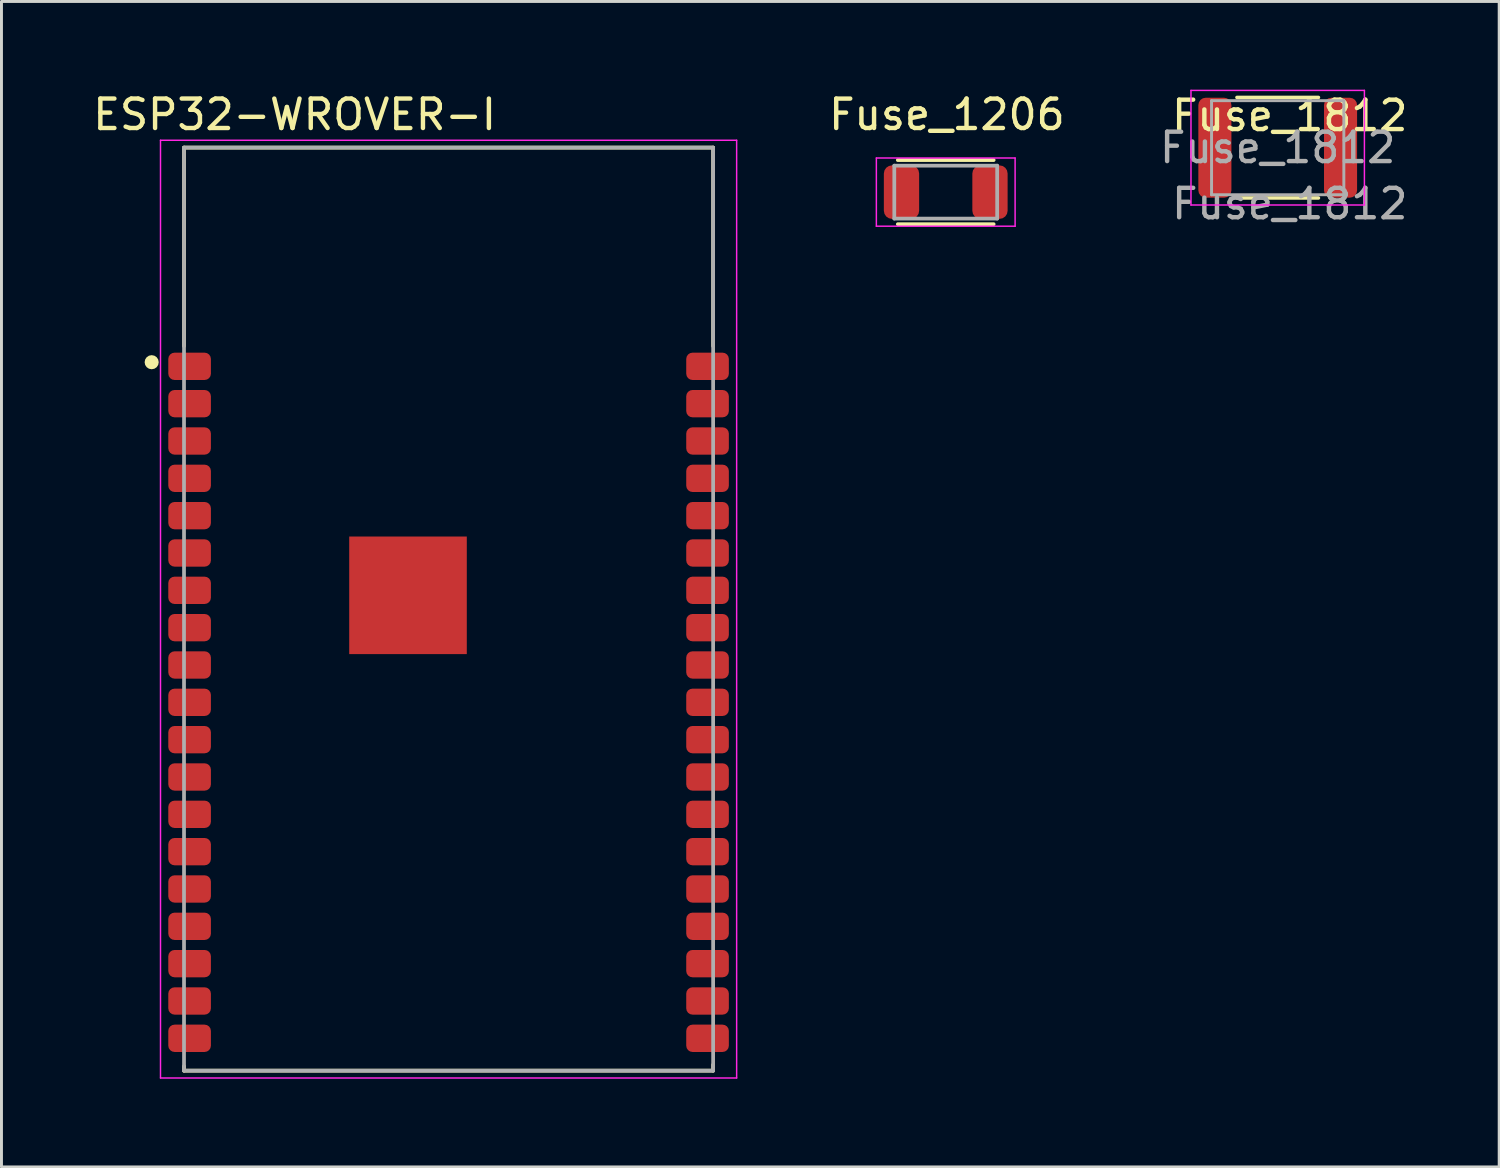
<source format=kicad_pcb>
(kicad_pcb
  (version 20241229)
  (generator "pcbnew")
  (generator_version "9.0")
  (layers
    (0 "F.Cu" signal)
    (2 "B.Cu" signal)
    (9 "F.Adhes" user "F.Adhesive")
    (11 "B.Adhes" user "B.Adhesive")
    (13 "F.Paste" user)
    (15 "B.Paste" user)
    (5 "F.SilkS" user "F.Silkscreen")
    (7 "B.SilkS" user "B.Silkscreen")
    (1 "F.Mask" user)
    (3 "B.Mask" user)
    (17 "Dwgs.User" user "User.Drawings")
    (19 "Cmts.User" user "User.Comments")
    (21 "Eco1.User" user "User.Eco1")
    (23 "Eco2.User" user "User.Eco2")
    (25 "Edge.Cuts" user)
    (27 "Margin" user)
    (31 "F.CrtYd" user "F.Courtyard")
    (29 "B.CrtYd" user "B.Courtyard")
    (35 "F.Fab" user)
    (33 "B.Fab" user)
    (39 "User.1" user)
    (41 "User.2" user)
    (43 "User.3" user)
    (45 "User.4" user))
  (footprint "ESP32-WROVER-I"
    (layer "F.Cu")
    (at 12.21 17.672)
    (property "Reference" "ESP32-WROVER-I" (at -5.237 -16.823 0) (layer "F.SilkS") (effects (font (size 1.002 1.002) (thickness 0.15))))
    (attr smd)
    (fp_line (start -9 -15.7) (end 9 -15.7) (stroke (width 0.127) (type solid)) (layer "F.SilkS"))
    (fp_line (start -9 -8.95) (end -9 -15.7) (stroke (width 0.127) (type solid)) (layer "F.SilkS"))
    (fp_line (start -9 15.55) (end -9 15.7) (stroke (width 0.127) (type solid)) (layer "F.SilkS"))
    (fp_line (start -9 15.7) (end 9 15.7) (stroke (width 0.127) (type solid)) (layer "F.SilkS"))
    (fp_line (start 9 -15.7) (end 9 -8.95) (stroke (width 0.127) (type solid)) (layer "F.SilkS"))
    (fp_line (start 9 15.7) (end 9 15.5) (stroke (width 0.127) (type solid)) (layer "F.SilkS"))
    (fp_circle (center -10.1 -8.4) (end -9.98 -8.4) (stroke (width 0.24) (type solid)) (fill no) (layer "F.SilkS"))
    (fp_poly (pts (xy -2.648 -1.735) (xy -0.115 -1.735) (xy -0.115 0.796) (xy -2.648 0.796)) (stroke (width 0.01) (type solid)) (fill yes) (layer "F.Paste"))
    (fp_line (start -9.8 -15.95) (end 9.8 -15.95) (stroke (width 0.05) (type solid)) (layer "F.CrtYd"))
    (fp_line (start -9.8 15.95) (end -9.8 -15.95) (stroke (width 0.05) (type solid)) (layer "F.CrtYd"))
    (fp_line (start 9.8 -15.95) (end 9.8 15.95) (stroke (width 0.05) (type solid)) (layer "F.CrtYd"))
    (fp_line (start 9.8 15.95) (end -9.8 15.95) (stroke (width 0.05) (type solid)) (layer "F.CrtYd"))
    (fp_line (start -9 -15.7) (end 9 -15.7) (stroke (width 0.127) (type solid)) (layer "F.Fab"))
    (fp_line (start -9 15.7) (end -9 -15.7) (stroke (width 0.127) (type solid)) (layer "F.Fab"))
    (fp_line (start 9 -15.7) (end 9 15.7) (stroke (width 0.127) (type solid)) (layer "F.Fab"))
    (fp_line (start 9 15.7) (end -9 15.7) (stroke (width 0.127) (type solid)) (layer "F.Fab"))
    (pad "1" smd roundrect (at -8.81 -8.26) (size 1.45 0.93) (layers "F.Cu" "F.Mask" "F.Paste") (roundrect_rratio 0.23))
    (pad "2" smd roundrect (at -8.81 -6.99) (size 1.45 0.93) (layers "F.Cu" "F.Mask" "F.Paste") (roundrect_rratio 0.23))
    (pad "3" smd roundrect (at -8.81 -5.72) (size 1.45 0.93) (layers "F.Cu" "F.Mask" "F.Paste") (roundrect_rratio 0.23))
    (pad "4" smd roundrect (at -8.81 -4.45) (size 1.45 0.93) (layers "F.Cu" "F.Mask" "F.Paste") (roundrect_rratio 0.23))
    (pad "5" smd roundrect (at -8.81 -3.18) (size 1.45 0.93) (layers "F.Cu" "F.Mask" "F.Paste") (roundrect_rratio 0.23))
    (pad "6" smd roundrect (at -8.81 -1.91) (size 1.45 0.93) (layers "F.Cu" "F.Mask" "F.Paste") (roundrect_rratio 0.23))
    (pad "7" smd roundrect (at -8.81 -0.64) (size 1.45 0.93) (layers "F.Cu" "F.Mask" "F.Paste") (roundrect_rratio 0.23))
    (pad "8" smd roundrect (at -8.81 0.63) (size 1.45 0.93) (layers "F.Cu" "F.Mask" "F.Paste") (roundrect_rratio 0.23))
    (pad "9" smd roundrect (at -8.81 1.9) (size 1.45 0.93) (layers "F.Cu" "F.Mask" "F.Paste") (roundrect_rratio 0.23))
    (pad "10" smd roundrect (at -8.81 3.17) (size 1.45 0.93) (layers "F.Cu" "F.Mask" "F.Paste") (roundrect_rratio 0.23))
    (pad "11" smd roundrect (at -8.81 4.44) (size 1.45 0.93) (layers "F.Cu" "F.Mask" "F.Paste") (roundrect_rratio 0.23))
    (pad "12" smd roundrect (at -8.81 5.71) (size 1.45 0.93) (layers "F.Cu" "F.Mask" "F.Paste") (roundrect_rratio 0.23))
    (pad "13" smd roundrect (at -8.81 6.98) (size 1.45 0.93) (layers "F.Cu" "F.Mask" "F.Paste") (roundrect_rratio 0.23))
    (pad "14" smd roundrect (at -8.81 8.25) (size 1.45 0.93) (layers "F.Cu" "F.Mask" "F.Paste") (roundrect_rratio 0.23))
    (pad "15" smd roundrect (at -8.81 9.52) (size 1.45 0.93) (layers "F.Cu" "F.Mask" "F.Paste") (roundrect_rratio 0.23))
    (pad "16" smd roundrect (at -8.81 10.79) (size 1.45 0.93) (layers "F.Cu" "F.Mask" "F.Paste") (roundrect_rratio 0.23))
    (pad "17" smd roundrect (at -8.81 12.06) (size 1.45 0.93) (layers "F.Cu" "F.Mask" "F.Paste") (roundrect_rratio 0.23))
    (pad "18" smd roundrect (at -8.81 13.33) (size 1.45 0.93) (layers "F.Cu" "F.Mask" "F.Paste") (roundrect_rratio 0.23))
    (pad "19" smd roundrect (at -8.81 14.6) (size 1.45 0.93) (layers "F.Cu" "F.Mask" "F.Paste") (roundrect_rratio 0.23))
    (pad "20" smd roundrect (at 8.81 14.6 180) (size 1.45 0.93) (layers "F.Cu" "F.Mask" "F.Paste") (roundrect_rratio 0.23))
    (pad "21" smd roundrect (at 8.81 13.33 180) (size 1.45 0.93) (layers "F.Cu" "F.Mask" "F.Paste") (roundrect_rratio 0.23))
    (pad "22" smd roundrect (at 8.81 12.06 180) (size 1.45 0.93) (layers "F.Cu" "F.Mask" "F.Paste") (roundrect_rratio 0.23))
    (pad "23" smd roundrect (at 8.81 10.79 180) (size 1.45 0.93) (layers "F.Cu" "F.Mask" "F.Paste") (roundrect_rratio 0.23))
    (pad "24" smd roundrect (at 8.81 9.52 180) (size 1.45 0.93) (layers "F.Cu" "F.Mask" "F.Paste") (roundrect_rratio 0.23))
    (pad "25" smd roundrect (at 8.81 8.25 180) (size 1.45 0.93) (layers "F.Cu" "F.Mask" "F.Paste") (roundrect_rratio 0.23))
    (pad "26" smd roundrect (at 8.81 6.98 180) (size 1.45 0.93) (layers "F.Cu" "F.Mask" "F.Paste") (roundrect_rratio 0.23))
    (pad "27" smd roundrect (at 8.81 5.71 180) (size 1.45 0.93) (layers "F.Cu" "F.Mask" "F.Paste") (roundrect_rratio 0.23))
    (pad "28" smd roundrect (at 8.81 4.44 180) (size 1.45 0.93) (layers "F.Cu" "F.Mask" "F.Paste") (roundrect_rratio 0.23))
    (pad "29" smd roundrect (at 8.81 3.17 180) (size 1.45 0.93) (layers "F.Cu" "F.Mask" "F.Paste") (roundrect_rratio 0.23))
    (pad "30" smd roundrect (at 8.81 1.9 180) (size 1.45 0.93) (layers "F.Cu" "F.Mask" "F.Paste") (roundrect_rratio 0.23))
    (pad "31" smd roundrect (at 8.81 0.63 180) (size 1.45 0.93) (layers "F.Cu" "F.Mask" "F.Paste") (roundrect_rratio 0.23))
    (pad "32" smd roundrect (at 8.81 -0.64 180) (size 1.45 0.93) (layers "F.Cu" "F.Mask" "F.Paste") (roundrect_rratio 0.23))
    (pad "33" smd roundrect (at 8.81 -1.91 180) (size 1.45 0.93) (layers "F.Cu" "F.Mask" "F.Paste") (roundrect_rratio 0.23))
    (pad "34" smd roundrect (at 8.81 -3.18 180) (size 1.45 0.93) (layers "F.Cu" "F.Mask" "F.Paste") (roundrect_rratio 0.23))
    (pad "35" smd roundrect (at 8.81 -4.45 180) (size 1.45 0.93) (layers "F.Cu" "F.Mask" "F.Paste") (roundrect_rratio 0.23))
    (pad "36" smd roundrect (at 8.81 -5.72 180) (size 1.45 0.93) (layers "F.Cu" "F.Mask" "F.Paste") (roundrect_rratio 0.23))
    (pad "37" smd roundrect (at 8.81 -6.99 180) (size 1.45 0.93) (layers "F.Cu" "F.Mask" "F.Paste") (roundrect_rratio 0.23))
    (pad "38" smd roundrect (at 8.81 -8.26 180) (size 1.45 0.93) (layers "F.Cu" "F.Mask" "F.Paste") (roundrect_rratio 0.23))
    (pad "39" smd rect (at -1.38 -0.47) (size 4 4) (layers "F.Cu" "F.Mask"))
    (zone (net_name "") (layer "F.Cu") (hatch full 0.508) (connect_pads) (min_thickness 0.01) (filled_areas_thickness no) (keepout (tracks not_allowed) (vias not_allowed) (pads not_allowed) (copperpour not_allowed) (footprints allowed)) (placement (enabled no)) (fill) (polygon (pts (xy 3.18 1.972) (xy 21.21 1.972) (xy 21.21 8.341) (xy 3.18 8.341))))
    (zone (net_name "") (layers "F.Cu" "B.Cu") (hatch full 0.508) (connect_pads) (min_thickness 0.01) (filled_areas_thickness no) (keepout (tracks allowed) (vias not_allowed) (pads allowed) (copperpour allowed) (footprints allowed)) (placement (enabled no)) (fill) (polygon (pts (xy 3.187 1.972) (xy 21.21 1.972) (xy 21.21 8.348) (xy 3.187 8.348))))
    (zone (net_name "") (layer "B.Cu") (hatch full 0.508) (connect_pads) (min_thickness 0.01) (filled_areas_thickness no) (keepout (tracks not_allowed) (vias not_allowed) (pads not_allowed) (copperpour not_allowed) (footprints allowed)) (placement (enabled no)) (fill) (polygon (pts (xy 3.181 1.972) (xy 21.21 1.972) (xy 21.21 8.342) (xy 3.181 8.342)))))
  (footprint "Fuse_1206"
    (layer "F.Cu")
    (at 29.123 3.486)
    (property "Reference" "Fuse_1206" (at 0.04 -2.637 0) (layer "F.SilkS") (effects (font (size 1.001 1.001) (thickness 0.15))))
    (attr smd)
    (fp_line (start -1.63 -1.09) (end 1.63 -1.09) (stroke (width 0.127) (type solid)) (layer "F.SilkS"))
    (fp_line (start -1.63 1.09) (end 1.63 1.09) (stroke (width 0.127) (type solid)) (layer "F.SilkS"))
    (fp_line (start -2.36 -1.16) (end 2.36 -1.16) (stroke (width 0.05) (type solid)) (layer "F.CrtYd"))
    (fp_line (start -2.36 1.16) (end -2.36 -1.16) (stroke (width 0.05) (type solid)) (layer "F.CrtYd"))
    (fp_line (start 2.36 -1.16) (end 2.36 1.16) (stroke (width 0.05) (type solid)) (layer "F.CrtYd"))
    (fp_line (start 2.36 1.16) (end -2.36 1.16) (stroke (width 0.05) (type solid)) (layer "F.CrtYd"))
    (fp_line (start -1.75 -0.9) (end 1.75 -0.9) (stroke (width 0.127) (type solid)) (layer "F.Fab"))
    (fp_line (start -1.75 0.9) (end -1.75 -0.9) (stroke (width 0.127) (type solid)) (layer "F.Fab"))
    (fp_line (start 1.75 -0.9) (end 1.75 0.9) (stroke (width 0.127) (type solid)) (layer "F.Fab"))
    (fp_line (start 1.75 0.9) (end -1.75 0.9) (stroke (width 0.127) (type solid)) (layer "F.Fab"))
    (pad "1" smd roundrect (at -1.505 0) (size 1.2 1.82) (layers "F.Cu" "F.Mask" "F.Paste") (roundrect_rratio 0.23))
    (pad "2" smd roundrect (at 1.505 0) (size 1.2 1.82) (layers "F.Cu" "F.Mask" "F.Paste") (roundrect_rratio 0.23)))
  (footprint "Fuse_1812"
    (layer "F.Cu")
    (at 40.826 1.385)
    (property "Reference" "Fuse_1812" (at 0 -0.5 0) (unlocked yes) (layer "F.SilkS") (effects (font (size 1 1) (thickness 0.15))))
    (attr smd)
    (fp_line (start -1.796 -1.12) (end 0.976 -1.12) (stroke (width 0.12) (type solid)) (layer "F.SilkS"))
    (fp_line (start -1.796 2.3) (end 0.976 2.3) (stroke (width 0.12) (type solid)) (layer "F.SilkS"))
    (fp_line (start -3.36 -1.36) (end 2.54 -1.36) (stroke (width 0.05) (type solid)) (layer "F.CrtYd"))
    (fp_line (start -3.36 2.54) (end -3.36 -1.36) (stroke (width 0.05) (type solid)) (layer "F.CrtYd"))
    (fp_line (start 2.54 -1.36) (end 2.54 2.54) (stroke (width 0.05) (type solid)) (layer "F.CrtYd"))
    (fp_line (start 2.54 2.54) (end -3.36 2.54) (stroke (width 0.05) (type solid)) (layer "F.CrtYd"))
    (fp_line (start -2.66 -1.01) (end 1.84 -1.01) (stroke (width 0.1) (type solid)) (layer "F.Fab"))
    (fp_line (start -2.66 2.19) (end -2.66 -1.01) (stroke (width 0.1) (type solid)) (layer "F.Fab"))
    (fp_line (start 1.84 -1.01) (end 1.84 2.19) (stroke (width 0.1) (type solid)) (layer "F.Fab"))
    (fp_line (start 1.84 2.19) (end -2.66 2.19) (stroke (width 0.1) (type solid)) (layer "F.Fab"))
    (fp_text user "${REFERENCE}" (at 0 2.5 0) (unlocked yes) (layer "F.Fab") (effects (font (size 1 1) (thickness 0.15))))
    (fp_text user "${REFERENCE}" (at -0.41 0.59 0) (layer "F.Fab") (effects (font (size 1 1) (thickness 0.15))))
    (pad "1" smd roundrect (at -2.547 0.59) (size 1.125 3.4) (layers "F.Cu" "F.Mask" "F.Paste") (roundrect_rratio 0.222))
    (pad "2" smd roundrect (at 1.728 0.59) (size 1.125 3.4) (layers "F.Cu" "F.Mask" "F.Paste") (roundrect_rratio 0.222)))
  (gr_rect
    (start -3 -3)
    (end 47.951 36.647)
    (stroke (width 0.1) (type default))
    (fill no)
    (layer "Edge.Cuts")))
</source>
